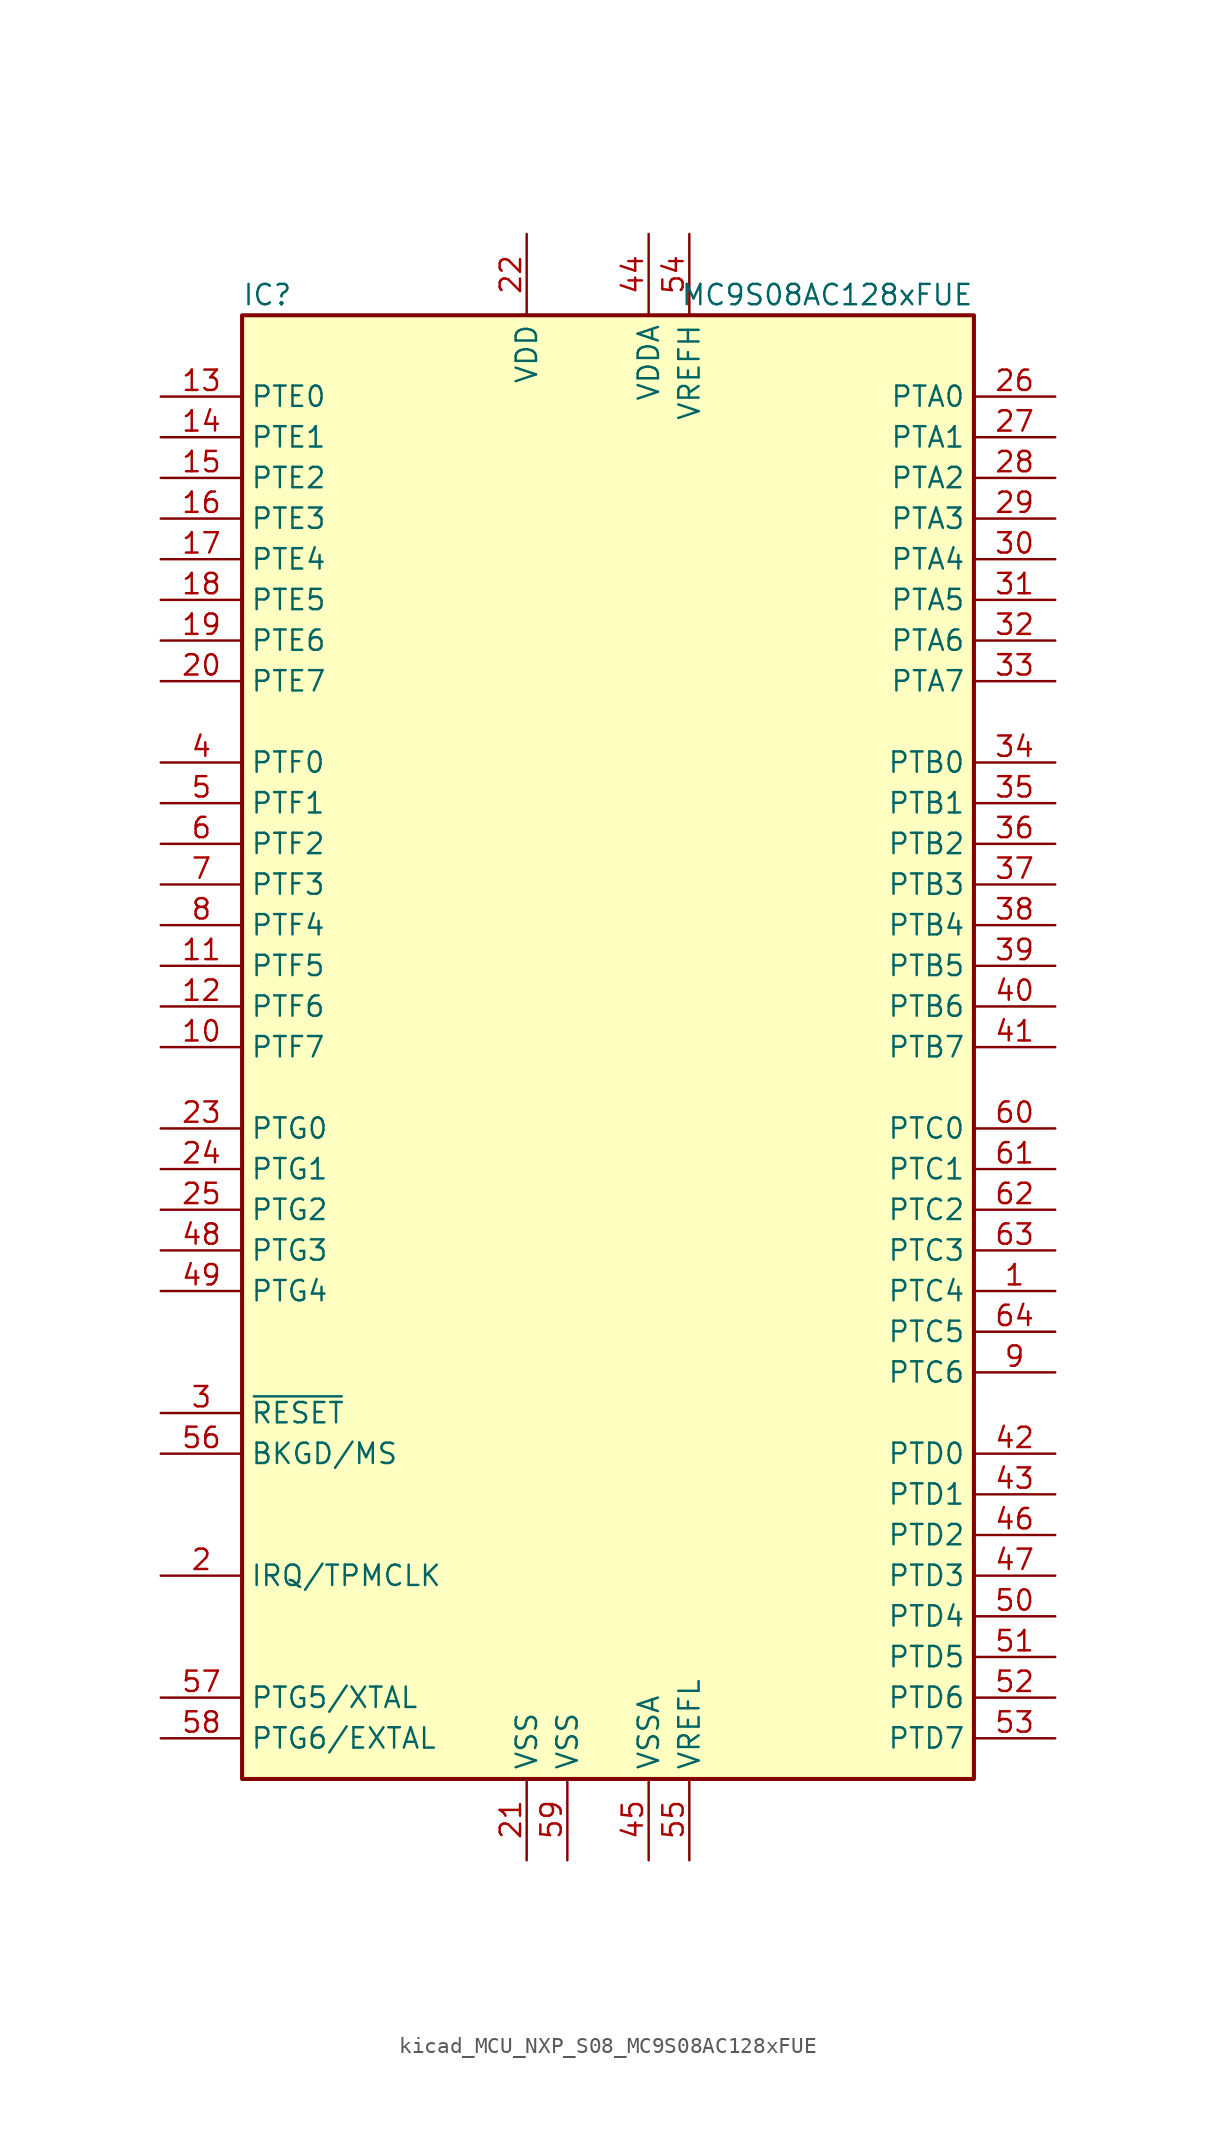
<source format=kicad_sym>
(kicad_symbol_lib
  (version 20220914)
  (generator kicad_symbol_editor)
  (symbol "kicad_MCU_NXP_S08_MC9S08AC128xFUE"
    (property "Reference" "IC"
      (at -22.86 46.99 0)
      (effects (font (size 1.27 1.27)) (justify left)))
    (property "Value" "MC9S08AC128xFUE"
      (at 22.86 46.99 0)
      (effects (font (size 1.27 1.27)) (justify right)))
    (symbol "kicad_MCU_NXP_S08_MC9S08AC128xFUE_0_1"
      (rectangle (start -22.86 45.72) (end 22.86 -45.72) (stroke (width 0.254) (type default)) (fill (type background))))
    (symbol "kicad_MCU_NXP_S08_MC9S08AC128xFUE_1_1"
      (pin bidirectional line (at 27.94 -15.24 180) (length 5.08) (name "PTC4" (effects (font (size 1.27 1.27)))) (number "1" (effects (font (size 1.27 1.27)))))
      (pin bidirectional line (at -27.94 0 0) (length 5.08) (name "PTF7" (effects (font (size 1.27 1.27)))) (number "10" (effects (font (size 1.27 1.27)))))
      (pin bidirectional line (at -27.94 5.08 0) (length 5.08) (name "PTF5" (effects (font (size 1.27 1.27)))) (number "11" (effects (font (size 1.27 1.27)))))
      (pin bidirectional line (at -27.94 2.54 0) (length 5.08) (name "PTF6" (effects (font (size 1.27 1.27)))) (number "12" (effects (font (size 1.27 1.27)))))
      (pin bidirectional line (at -27.94 40.64 0) (length 5.08) (name "PTE0" (effects (font (size 1.27 1.27)))) (number "13" (effects (font (size 1.27 1.27)))))
      (pin bidirectional line (at -27.94 38.1 0) (length 5.08) (name "PTE1" (effects (font (size 1.27 1.27)))) (number "14" (effects (font (size 1.27 1.27)))))
      (pin bidirectional line (at -27.94 35.56 0) (length 5.08) (name "PTE2" (effects (font (size 1.27 1.27)))) (number "15" (effects (font (size 1.27 1.27)))))
      (pin bidirectional line (at -27.94 33.02 0) (length 5.08) (name "PTE3" (effects (font (size 1.27 1.27)))) (number "16" (effects (font (size 1.27 1.27)))))
      (pin bidirectional line (at -27.94 30.48 0) (length 5.08) (name "PTE4" (effects (font (size 1.27 1.27)))) (number "17" (effects (font (size 1.27 1.27)))))
      (pin bidirectional line (at -27.94 27.94 0) (length 5.08) (name "PTE5" (effects (font (size 1.27 1.27)))) (number "18" (effects (font (size 1.27 1.27)))))
      (pin bidirectional line (at -27.94 25.4 0) (length 5.08) (name "PTE6" (effects (font (size 1.27 1.27)))) (number "19" (effects (font (size 1.27 1.27)))))
      (pin input line (at -27.94 -33.02 0) (length 5.08) (name "IRQ/TPMCLK" (effects (font (size 1.27 1.27)))) (number "2" (effects (font (size 1.27 1.27)))))
      (pin bidirectional line (at -27.94 22.86 0) (length 5.08) (name "PTE7" (effects (font (size 1.27 1.27)))) (number "20" (effects (font (size 1.27 1.27)))))
      (pin power_in line (at -5.08 -50.8 90) (length 5.08) (name "VSS" (effects (font (size 1.27 1.27)))) (number "21" (effects (font (size 1.27 1.27)))))
      (pin power_in line (at -5.08 50.8 270) (length 5.08) (name "VDD" (effects (font (size 1.27 1.27)))) (number "22" (effects (font (size 1.27 1.27)))))
      (pin bidirectional line (at -27.94 -5.08 0) (length 5.08) (name "PTG0" (effects (font (size 1.27 1.27)))) (number "23" (effects (font (size 1.27 1.27)))))
      (pin bidirectional line (at -27.94 -7.62 0) (length 5.08) (name "PTG1" (effects (font (size 1.27 1.27)))) (number "24" (effects (font (size 1.27 1.27)))))
      (pin bidirectional line (at -27.94 -10.16 0) (length 5.08) (name "PTG2" (effects (font (size 1.27 1.27)))) (number "25" (effects (font (size 1.27 1.27)))))
      (pin bidirectional line (at 27.94 40.64 180) (length 5.08) (name "PTA0" (effects (font (size 1.27 1.27)))) (number "26" (effects (font (size 1.27 1.27)))))
      (pin bidirectional line (at 27.94 38.1 180) (length 5.08) (name "PTA1" (effects (font (size 1.27 1.27)))) (number "27" (effects (font (size 1.27 1.27)))))
      (pin bidirectional line (at 27.94 35.56 180) (length 5.08) (name "PTA2" (effects (font (size 1.27 1.27)))) (number "28" (effects (font (size 1.27 1.27)))))
      (pin bidirectional line (at 27.94 33.02 180) (length 5.08) (name "PTA3" (effects (font (size 1.27 1.27)))) (number "29" (effects (font (size 1.27 1.27)))))
      (pin input line (at -27.94 -22.86 0) (length 5.08) (name "~{RESET}" (effects (font (size 1.27 1.27)))) (number "3" (effects (font (size 1.27 1.27)))))
      (pin bidirectional line (at 27.94 30.48 180) (length 5.08) (name "PTA4" (effects (font (size 1.27 1.27)))) (number "30" (effects (font (size 1.27 1.27)))))
      (pin bidirectional line (at 27.94 27.94 180) (length 5.08) (name "PTA5" (effects (font (size 1.27 1.27)))) (number "31" (effects (font (size 1.27 1.27)))))
      (pin bidirectional line (at 27.94 25.4 180) (length 5.08) (name "PTA6" (effects (font (size 1.27 1.27)))) (number "32" (effects (font (size 1.27 1.27)))))
      (pin bidirectional line (at 27.94 22.86 180) (length 5.08) (name "PTA7" (effects (font (size 1.27 1.27)))) (number "33" (effects (font (size 1.27 1.27)))))
      (pin bidirectional line (at 27.94 17.78 180) (length 5.08) (name "PTB0" (effects (font (size 1.27 1.27)))) (number "34" (effects (font (size 1.27 1.27)))))
      (pin bidirectional line (at 27.94 15.24 180) (length 5.08) (name "PTB1" (effects (font (size 1.27 1.27)))) (number "35" (effects (font (size 1.27 1.27)))))
      (pin bidirectional line (at 27.94 12.7 180) (length 5.08) (name "PTB2" (effects (font (size 1.27 1.27)))) (number "36" (effects (font (size 1.27 1.27)))))
      (pin bidirectional line (at 27.94 10.16 180) (length 5.08) (name "PTB3" (effects (font (size 1.27 1.27)))) (number "37" (effects (font (size 1.27 1.27)))))
      (pin bidirectional line (at 27.94 7.62 180) (length 5.08) (name "PTB4" (effects (font (size 1.27 1.27)))) (number "38" (effects (font (size 1.27 1.27)))))
      (pin bidirectional line (at 27.94 5.08 180) (length 5.08) (name "PTB5" (effects (font (size 1.27 1.27)))) (number "39" (effects (font (size 1.27 1.27)))))
      (pin bidirectional line (at -27.94 17.78 0) (length 5.08) (name "PTF0" (effects (font (size 1.27 1.27)))) (number "4" (effects (font (size 1.27 1.27)))))
      (pin bidirectional line (at 27.94 2.54 180) (length 5.08) (name "PTB6" (effects (font (size 1.27 1.27)))) (number "40" (effects (font (size 1.27 1.27)))))
      (pin bidirectional line (at 27.94 0 180) (length 5.08) (name "PTB7" (effects (font (size 1.27 1.27)))) (number "41" (effects (font (size 1.27 1.27)))))
      (pin bidirectional line (at 27.94 -25.4 180) (length 5.08) (name "PTD0" (effects (font (size 1.27 1.27)))) (number "42" (effects (font (size 1.27 1.27)))))
      (pin bidirectional line (at 27.94 -27.94 180) (length 5.08) (name "PTD1" (effects (font (size 1.27 1.27)))) (number "43" (effects (font (size 1.27 1.27)))))
      (pin power_in line (at 2.54 50.8 270) (length 5.08) (name "VDDA" (effects (font (size 1.27 1.27)))) (number "44" (effects (font (size 1.27 1.27)))))
      (pin power_in line (at 2.54 -50.8 90) (length 5.08) (name "VSSA" (effects (font (size 1.27 1.27)))) (number "45" (effects (font (size 1.27 1.27)))))
      (pin bidirectional line (at 27.94 -30.48 180) (length 5.08) (name "PTD2" (effects (font (size 1.27 1.27)))) (number "46" (effects (font (size 1.27 1.27)))))
      (pin bidirectional line (at 27.94 -33.02 180) (length 5.08) (name "PTD3" (effects (font (size 1.27 1.27)))) (number "47" (effects (font (size 1.27 1.27)))))
      (pin bidirectional line (at -27.94 -12.7 0) (length 5.08) (name "PTG3" (effects (font (size 1.27 1.27)))) (number "48" (effects (font (size 1.27 1.27)))))
      (pin bidirectional line (at -27.94 -15.24 0) (length 5.08) (name "PTG4" (effects (font (size 1.27 1.27)))) (number "49" (effects (font (size 1.27 1.27)))))
      (pin bidirectional line (at -27.94 15.24 0) (length 5.08) (name "PTF1" (effects (font (size 1.27 1.27)))) (number "5" (effects (font (size 1.27 1.27)))))
      (pin bidirectional line (at 27.94 -35.56 180) (length 5.08) (name "PTD4" (effects (font (size 1.27 1.27)))) (number "50" (effects (font (size 1.27 1.27)))))
      (pin bidirectional line (at 27.94 -38.1 180) (length 5.08) (name "PTD5" (effects (font (size 1.27 1.27)))) (number "51" (effects (font (size 1.27 1.27)))))
      (pin bidirectional line (at 27.94 -40.64 180) (length 5.08) (name "PTD6" (effects (font (size 1.27 1.27)))) (number "52" (effects (font (size 1.27 1.27)))))
      (pin bidirectional line (at 27.94 -43.18 180) (length 5.08) (name "PTD7" (effects (font (size 1.27 1.27)))) (number "53" (effects (font (size 1.27 1.27)))))
      (pin power_in line (at 5.08 50.8 270) (length 5.08) (name "VREFH" (effects (font (size 1.27 1.27)))) (number "54" (effects (font (size 1.27 1.27)))))
      (pin power_in line (at 5.08 -50.8 90) (length 5.08) (name "VREFL" (effects (font (size 1.27 1.27)))) (number "55" (effects (font (size 1.27 1.27)))))
      (pin bidirectional line (at -27.94 -25.4 0) (length 5.08) (name "BKGD/MS" (effects (font (size 1.27 1.27)))) (number "56" (effects (font (size 1.27 1.27)))))
      (pin bidirectional line (at -27.94 -40.64 0) (length 5.08) (name "PTG5/XTAL" (effects (font (size 1.27 1.27)))) (number "57" (effects (font (size 1.27 1.27)))))
      (pin bidirectional line (at -27.94 -43.18 0) (length 5.08) (name "PTG6/EXTAL" (effects (font (size 1.27 1.27)))) (number "58" (effects (font (size 1.27 1.27)))))
      (pin power_in line (at -2.54 -50.8 90) (length 5.08) (name "VSS" (effects (font (size 1.27 1.27)))) (number "59" (effects (font (size 1.27 1.27)))))
      (pin bidirectional line (at -27.94 12.7 0) (length 5.08) (name "PTF2" (effects (font (size 1.27 1.27)))) (number "6" (effects (font (size 1.27 1.27)))))
      (pin bidirectional line (at 27.94 -5.08 180) (length 5.08) (name "PTC0" (effects (font (size 1.27 1.27)))) (number "60" (effects (font (size 1.27 1.27)))))
      (pin bidirectional line (at 27.94 -7.62 180) (length 5.08) (name "PTC1" (effects (font (size 1.27 1.27)))) (number "61" (effects (font (size 1.27 1.27)))))
      (pin bidirectional line (at 27.94 -10.16 180) (length 5.08) (name "PTC2" (effects (font (size 1.27 1.27)))) (number "62" (effects (font (size 1.27 1.27)))))
      (pin bidirectional line (at 27.94 -12.7 180) (length 5.08) (name "PTC3" (effects (font (size 1.27 1.27)))) (number "63" (effects (font (size 1.27 1.27)))))
      (pin bidirectional line (at 27.94 -17.78 180) (length 5.08) (name "PTC5" (effects (font (size 1.27 1.27)))) (number "64" (effects (font (size 1.27 1.27)))))
      (pin bidirectional line (at -27.94 10.16 0) (length 5.08) (name "PTF3" (effects (font (size 1.27 1.27)))) (number "7" (effects (font (size 1.27 1.27)))))
      (pin bidirectional line (at -27.94 7.62 0) (length 5.08) (name "PTF4" (effects (font (size 1.27 1.27)))) (number "8" (effects (font (size 1.27 1.27)))))
      (pin bidirectional line (at 27.94 -20.32 180) (length 5.08) (name "PTC6" (effects (font (size 1.27 1.27)))) (number "9" (effects (font (size 1.27 1.27))))))))
</source>
